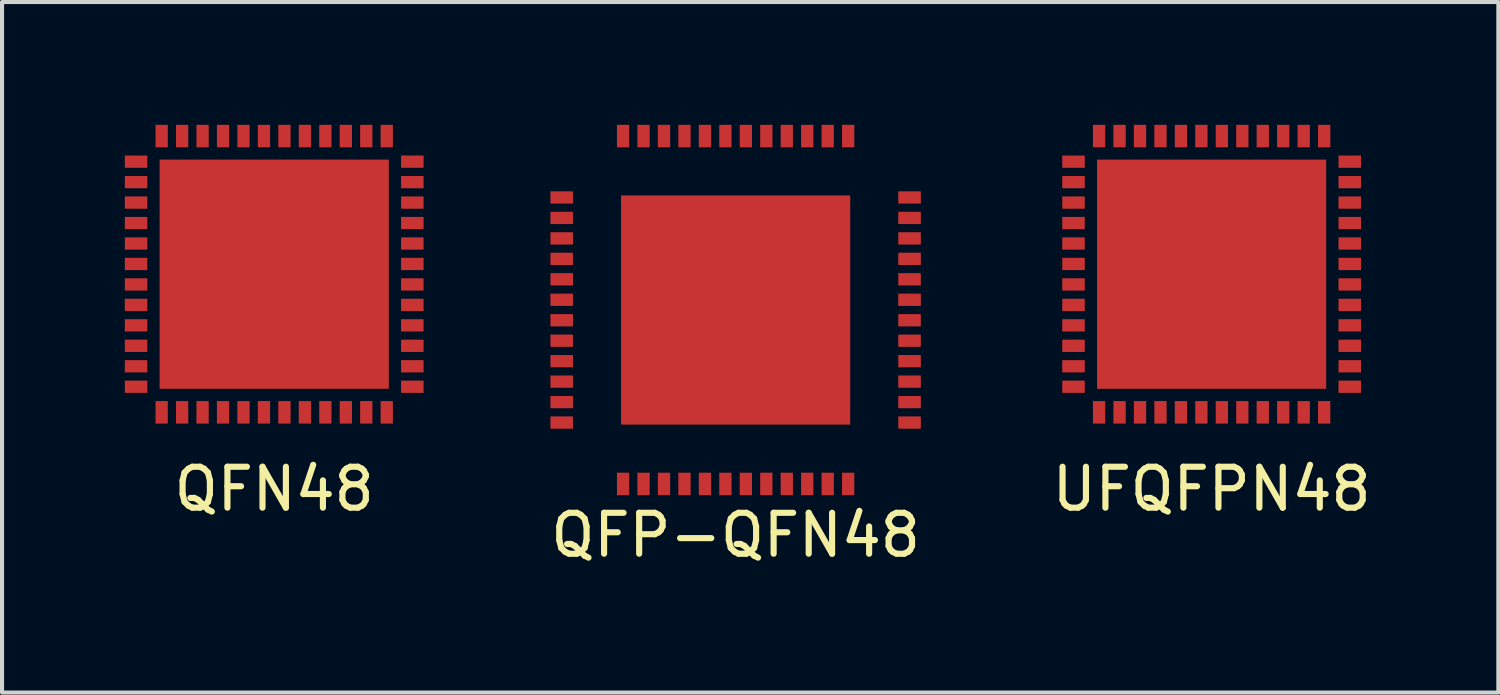
<source format=kicad_pcb>
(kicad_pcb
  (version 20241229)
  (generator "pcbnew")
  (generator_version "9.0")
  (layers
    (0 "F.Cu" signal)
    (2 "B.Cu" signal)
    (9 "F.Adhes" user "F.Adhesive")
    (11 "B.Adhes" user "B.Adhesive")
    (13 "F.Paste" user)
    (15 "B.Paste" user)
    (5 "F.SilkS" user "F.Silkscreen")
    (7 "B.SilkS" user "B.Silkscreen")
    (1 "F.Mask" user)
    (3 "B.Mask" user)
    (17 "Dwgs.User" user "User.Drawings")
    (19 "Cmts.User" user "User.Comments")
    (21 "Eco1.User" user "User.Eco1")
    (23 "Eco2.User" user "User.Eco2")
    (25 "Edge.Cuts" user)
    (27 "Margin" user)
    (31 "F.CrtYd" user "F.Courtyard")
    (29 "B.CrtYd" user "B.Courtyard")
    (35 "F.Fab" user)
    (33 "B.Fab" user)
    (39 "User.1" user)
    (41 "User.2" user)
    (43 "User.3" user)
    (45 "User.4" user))
  (footprint "UFQFPN48"
    (layer "F.Cu")
    (at 26.556 3.65)
    (property "Reference" "UFQFPN48" (at 0 5.25 0) (layer "F.SilkS") (effects (font (size 1 1) (thickness 0.15))))
    (attr through_hole)
    (pad "0" smd trapezoid (at 0 0) (size 5.6 5.6) (layers "F.Cu" "F.Mask" "F.Paste"))
    (pad "1" smd trapezoid (at -3.375 -2.75 90) (size 0.3 0.55) (layers "F.Cu" "F.Mask" "F.Paste"))
    (pad "2" smd trapezoid (at -3.375 -2.25 90) (size 0.3 0.55) (layers "F.Cu" "F.Mask" "F.Paste"))
    (pad "3" smd trapezoid (at -3.375 -1.75 90) (size 0.3 0.55) (layers "F.Cu" "F.Mask" "F.Paste"))
    (pad "4" smd trapezoid (at -3.375 -1.25 90) (size 0.3 0.55) (layers "F.Cu" "F.Mask" "F.Paste"))
    (pad "5" smd trapezoid (at -3.375 -0.75 90) (size 0.3 0.55) (layers "F.Cu" "F.Mask" "F.Paste"))
    (pad "6" smd trapezoid (at -3.375 -0.25 90) (size 0.3 0.55) (layers "F.Cu" "F.Mask" "F.Paste"))
    (pad "7" smd trapezoid (at -3.375 0.25 90) (size 0.3 0.55) (layers "F.Cu" "F.Mask" "F.Paste"))
    (pad "8" smd trapezoid (at -3.375 0.75 90) (size 0.3 0.55) (layers "F.Cu" "F.Mask" "F.Paste"))
    (pad "9" smd trapezoid (at -3.375 1.25 90) (size 0.3 0.55) (layers "F.Cu" "F.Mask" "F.Paste"))
    (pad "10" smd trapezoid (at -3.375 1.75 90) (size 0.3 0.55) (layers "F.Cu" "F.Mask" "F.Paste"))
    (pad "11" smd trapezoid (at -3.375 2.25 90) (size 0.3 0.55) (layers "F.Cu" "F.Mask" "F.Paste"))
    (pad "12" smd trapezoid (at -3.375 2.75 90) (size 0.3 0.55) (layers "F.Cu" "F.Mask" "F.Paste"))
    (pad "13" smd trapezoid (at -2.75 3.375) (size 0.3 0.55) (layers "F.Cu" "F.Mask" "F.Paste"))
    (pad "14" smd trapezoid (at -2.25 3.375) (size 0.3 0.55) (layers "F.Cu" "F.Mask" "F.Paste"))
    (pad "15" smd trapezoid (at -1.75 3.375) (size 0.3 0.55) (layers "F.Cu" "F.Mask" "F.Paste"))
    (pad "16" smd trapezoid (at -1.25 3.375) (size 0.3 0.55) (layers "F.Cu" "F.Mask" "F.Paste"))
    (pad "17" smd trapezoid (at -0.75 3.375) (size 0.3 0.55) (layers "F.Cu" "F.Mask" "F.Paste"))
    (pad "18" smd trapezoid (at -0.25 3.375) (size 0.3 0.55) (layers "F.Cu" "F.Mask" "F.Paste"))
    (pad "19" smd trapezoid (at 0.25 3.375) (size 0.3 0.55) (layers "F.Cu" "F.Mask" "F.Paste"))
    (pad "20" smd trapezoid (at 0.75 3.375) (size 0.3 0.55) (layers "F.Cu" "F.Mask" "F.Paste"))
    (pad "21" smd trapezoid (at 1.25 3.375) (size 0.3 0.55) (layers "F.Cu" "F.Mask" "F.Paste"))
    (pad "22" smd trapezoid (at 1.75 3.375) (size 0.3 0.55) (layers "F.Cu" "F.Mask" "F.Paste"))
    (pad "23" smd trapezoid (at 2.25 3.375) (size 0.3 0.55) (layers "F.Cu" "F.Mask" "F.Paste"))
    (pad "24" smd trapezoid (at 2.75 3.375) (size 0.3 0.55) (layers "F.Cu" "F.Mask" "F.Paste"))
    (pad "25" smd trapezoid (at 3.375 2.75 90) (size 0.3 0.55) (layers "F.Cu" "F.Mask" "F.Paste"))
    (pad "26" smd trapezoid (at 3.375 2.25 90) (size 0.3 0.55) (layers "F.Cu" "F.Mask" "F.Paste"))
    (pad "27" smd trapezoid (at 3.375 1.75 90) (size 0.3 0.55) (layers "F.Cu" "F.Mask" "F.Paste"))
    (pad "28" smd trapezoid (at 3.375 1.25 90) (size 0.3 0.55) (layers "F.Cu" "F.Mask" "F.Paste"))
    (pad "29" smd trapezoid (at 3.375 0.75 90) (size 0.3 0.55) (layers "F.Cu" "F.Mask" "F.Paste"))
    (pad "30" smd trapezoid (at 3.375 0.25 90) (size 0.3 0.55) (layers "F.Cu" "F.Mask" "F.Paste"))
    (pad "31" smd trapezoid (at 3.375 -0.25 90) (size 0.3 0.55) (layers "F.Cu" "F.Mask" "F.Paste"))
    (pad "32" smd trapezoid (at 3.375 -0.75 90) (size 0.3 0.55) (layers "F.Cu" "F.Mask" "F.Paste"))
    (pad "33" smd trapezoid (at 3.375 -1.25 90) (size 0.3 0.55) (layers "F.Cu" "F.Mask" "F.Paste"))
    (pad "34" smd trapezoid (at 3.375 -1.75 90) (size 0.3 0.55) (layers "F.Cu" "F.Mask" "F.Paste"))
    (pad "35" smd trapezoid (at 3.375 -2.25 90) (size 0.3 0.55) (layers "F.Cu" "F.Mask" "F.Paste"))
    (pad "36" smd trapezoid (at 3.375 -2.75 90) (size 0.3 0.55) (layers "F.Cu" "F.Mask" "F.Paste"))
    (pad "37" smd trapezoid (at 2.75 -3.375) (size 0.3 0.55) (layers "F.Cu" "F.Mask" "F.Paste"))
    (pad "38" smd trapezoid (at 2.25 -3.375) (size 0.3 0.55) (layers "F.Cu" "F.Mask" "F.Paste"))
    (pad "39" smd trapezoid (at 1.75 -3.375) (size 0.3 0.55) (layers "F.Cu" "F.Mask" "F.Paste"))
    (pad "40" smd trapezoid (at 1.25 -3.375) (size 0.3 0.55) (layers "F.Cu" "F.Mask" "F.Paste"))
    (pad "41" smd trapezoid (at 0.75 -3.375) (size 0.3 0.55) (layers "F.Cu" "F.Mask" "F.Paste"))
    (pad "42" smd trapezoid (at 0.25 -3.375) (size 0.3 0.55) (layers "F.Cu" "F.Mask" "F.Paste"))
    (pad "43" smd trapezoid (at -0.25 -3.375 180) (size 0.3 0.55) (layers "F.Cu" "F.Mask" "F.Paste"))
    (pad "44" smd trapezoid (at -0.75 -3.375) (size 0.3 0.55) (layers "F.Cu" "F.Mask" "F.Paste"))
    (pad "45" smd trapezoid (at -1.25 -3.375) (size 0.3 0.55) (layers "F.Cu" "F.Mask" "F.Paste"))
    (pad "46" smd trapezoid (at -1.75 -3.375) (size 0.3 0.55) (layers "F.Cu" "F.Mask" "F.Paste"))
    (pad "47" smd trapezoid (at -2.25 -3.375) (size 0.3 0.55) (layers "F.Cu" "F.Mask" "F.Paste"))
    (pad "48" smd trapezoid (at -2.75 -3.375) (size 0.3 0.55) (layers "F.Cu" "F.Mask" "F.Paste")))
  (footprint "QFN48"
    (layer "F.Cu")
    (at 3.65 3.65)
    (property "Reference" "QFN48" (at 0 5.25 0) (layer "F.SilkS") (effects (font (size 1 1) (thickness 0.15))))
    (attr through_hole)
    (pad "0" smd trapezoid (at 0 0) (size 5.6 5.6) (layers "F.Cu" "F.Mask" "F.Paste"))
    (pad "1" smd trapezoid (at -3.375 -2.75 90) (size 0.3 0.55) (layers "F.Cu" "F.Mask" "F.Paste"))
    (pad "2" smd trapezoid (at -3.375 -2.25 90) (size 0.3 0.55) (layers "F.Cu" "F.Mask" "F.Paste"))
    (pad "3" smd trapezoid (at -3.375 -1.75 90) (size 0.3 0.55) (layers "F.Cu" "F.Mask" "F.Paste"))
    (pad "4" smd trapezoid (at -3.375 -1.25 90) (size 0.3 0.55) (layers "F.Cu" "F.Mask" "F.Paste"))
    (pad "5" smd trapezoid (at -3.375 -0.75 90) (size 0.3 0.55) (layers "F.Cu" "F.Mask" "F.Paste"))
    (pad "6" smd trapezoid (at -3.375 -0.25 90) (size 0.3 0.55) (layers "F.Cu" "F.Mask" "F.Paste"))
    (pad "7" smd trapezoid (at -3.375 0.25 90) (size 0.3 0.55) (layers "F.Cu" "F.Mask" "F.Paste"))
    (pad "8" smd trapezoid (at -3.375 0.75 90) (size 0.3 0.55) (layers "F.Cu" "F.Mask" "F.Paste"))
    (pad "9" smd trapezoid (at -3.375 1.25 90) (size 0.3 0.55) (layers "F.Cu" "F.Mask" "F.Paste"))
    (pad "10" smd trapezoid (at -3.375 1.75 90) (size 0.3 0.55) (layers "F.Cu" "F.Mask" "F.Paste"))
    (pad "11" smd trapezoid (at -3.375 2.25 90) (size 0.3 0.55) (layers "F.Cu" "F.Mask" "F.Paste"))
    (pad "12" smd trapezoid (at -3.375 2.75 90) (size 0.3 0.55) (layers "F.Cu" "F.Mask" "F.Paste"))
    (pad "13" smd trapezoid (at -2.75 3.375) (size 0.3 0.55) (layers "F.Cu" "F.Mask" "F.Paste"))
    (pad "14" smd trapezoid (at -2.25 3.375) (size 0.3 0.55) (layers "F.Cu" "F.Mask" "F.Paste"))
    (pad "15" smd trapezoid (at -1.75 3.375) (size 0.3 0.55) (layers "F.Cu" "F.Mask" "F.Paste"))
    (pad "16" smd trapezoid (at -1.25 3.375) (size 0.3 0.55) (layers "F.Cu" "F.Mask" "F.Paste"))
    (pad "17" smd trapezoid (at -0.75 3.375) (size 0.3 0.55) (layers "F.Cu" "F.Mask" "F.Paste"))
    (pad "18" smd trapezoid (at -0.25 3.375) (size 0.3 0.55) (layers "F.Cu" "F.Mask" "F.Paste"))
    (pad "19" smd trapezoid (at 0.25 3.375) (size 0.3 0.55) (layers "F.Cu" "F.Mask" "F.Paste"))
    (pad "20" smd trapezoid (at 0.75 3.375) (size 0.3 0.55) (layers "F.Cu" "F.Mask" "F.Paste"))
    (pad "21" smd trapezoid (at 1.25 3.375) (size 0.3 0.55) (layers "F.Cu" "F.Mask" "F.Paste"))
    (pad "22" smd trapezoid (at 1.75 3.375) (size 0.3 0.55) (layers "F.Cu" "F.Mask" "F.Paste"))
    (pad "23" smd trapezoid (at 2.25 3.375) (size 0.3 0.55) (layers "F.Cu" "F.Mask" "F.Paste"))
    (pad "24" smd trapezoid (at 2.75 3.375) (size 0.3 0.55) (layers "F.Cu" "F.Mask" "F.Paste"))
    (pad "25" smd trapezoid (at 3.375 2.75 90) (size 0.3 0.55) (layers "F.Cu" "F.Mask" "F.Paste"))
    (pad "26" smd trapezoid (at 3.375 2.25 90) (size 0.3 0.55) (layers "F.Cu" "F.Mask" "F.Paste"))
    (pad "27" smd trapezoid (at 3.375 1.75 90) (size 0.3 0.55) (layers "F.Cu" "F.Mask" "F.Paste"))
    (pad "28" smd trapezoid (at 3.375 1.25 90) (size 0.3 0.55) (layers "F.Cu" "F.Mask" "F.Paste"))
    (pad "29" smd trapezoid (at 3.375 0.75 90) (size 0.3 0.55) (layers "F.Cu" "F.Mask" "F.Paste"))
    (pad "30" smd trapezoid (at 3.375 0.25 90) (size 0.3 0.55) (layers "F.Cu" "F.Mask" "F.Paste"))
    (pad "31" smd trapezoid (at 3.375 -0.25 90) (size 0.3 0.55) (layers "F.Cu" "F.Mask" "F.Paste"))
    (pad "32" smd trapezoid (at 3.375 -0.75 90) (size 0.3 0.55) (layers "F.Cu" "F.Mask" "F.Paste"))
    (pad "33" smd trapezoid (at 3.375 -1.25 90) (size 0.3 0.55) (layers "F.Cu" "F.Mask" "F.Paste"))
    (pad "34" smd trapezoid (at 3.375 -1.75 90) (size 0.3 0.55) (layers "F.Cu" "F.Mask" "F.Paste"))
    (pad "35" smd trapezoid (at 3.375 -2.25 90) (size 0.3 0.55) (layers "F.Cu" "F.Mask" "F.Paste"))
    (pad "36" smd trapezoid (at 3.375 -2.75 90) (size 0.3 0.55) (layers "F.Cu" "F.Mask" "F.Paste"))
    (pad "37" smd trapezoid (at 2.75 -3.375) (size 0.3 0.55) (layers "F.Cu" "F.Mask" "F.Paste"))
    (pad "38" smd trapezoid (at 2.25 -3.375) (size 0.3 0.55) (layers "F.Cu" "F.Mask" "F.Paste"))
    (pad "39" smd trapezoid (at 1.75 -3.375) (size 0.3 0.55) (layers "F.Cu" "F.Mask" "F.Paste"))
    (pad "40" smd trapezoid (at 1.25 -3.375) (size 0.3 0.55) (layers "F.Cu" "F.Mask" "F.Paste"))
    (pad "41" smd trapezoid (at 0.75 -3.375) (size 0.3 0.55) (layers "F.Cu" "F.Mask" "F.Paste"))
    (pad "42" smd trapezoid (at 0.25 -3.375) (size 0.3 0.55) (layers "F.Cu" "F.Mask" "F.Paste"))
    (pad "43" smd trapezoid (at -0.25 -3.375 180) (size 0.3 0.55) (layers "F.Cu" "F.Mask" "F.Paste"))
    (pad "44" smd trapezoid (at -0.75 -3.375) (size 0.3 0.55) (layers "F.Cu" "F.Mask" "F.Paste"))
    (pad "45" smd trapezoid (at -1.25 -3.375) (size 0.3 0.55) (layers "F.Cu" "F.Mask" "F.Paste"))
    (pad "46" smd trapezoid (at -1.75 -3.375) (size 0.3 0.55) (layers "F.Cu" "F.Mask" "F.Paste"))
    (pad "47" smd trapezoid (at -2.25 -3.375) (size 0.3 0.55) (layers "F.Cu" "F.Mask" "F.Paste"))
    (pad "48" smd trapezoid (at -2.75 -3.375) (size 0.3 0.55) (layers "F.Cu" "F.Mask" "F.Paste")))
  (footprint "QFP-QFN48"
    (layer "F.Cu")
    (at 14.925 4.525)
    (property "Reference" "QFP-QFN48" (at 0 5.5 0) (layer "F.SilkS") (effects (font (size 1 1) (thickness 0.15))))
    (attr through_hole)
    (pad "0" smd trapezoid (at 0 0) (size 5.6 5.6) (layers "F.Cu" "F.Mask" "F.Paste"))
    (pad "1" smd trapezoid (at -4.25 -2.75 90) (size 0.3 0.55) (layers "F.Cu" "F.Mask" "F.Paste"))
    (pad "2" smd trapezoid (at -4.25 -2.25 90) (size 0.3 0.55) (layers "F.Cu" "F.Mask" "F.Paste"))
    (pad "3" smd trapezoid (at -4.25 -1.75 90) (size 0.3 0.55) (layers "F.Cu" "F.Mask" "F.Paste"))
    (pad "4" smd trapezoid (at -4.25 -1.25 90) (size 0.3 0.55) (layers "F.Cu" "F.Mask" "F.Paste"))
    (pad "5" smd trapezoid (at -4.25 -0.75 90) (size 0.3 0.55) (layers "F.Cu" "F.Mask" "F.Paste"))
    (pad "6" smd trapezoid (at -4.25 -0.25 90) (size 0.3 0.55) (layers "F.Cu" "F.Mask" "F.Paste"))
    (pad "7" smd trapezoid (at -4.25 0.25 90) (size 0.3 0.55) (layers "F.Cu" "F.Mask" "F.Paste"))
    (pad "8" smd trapezoid (at -4.25 0.75 90) (size 0.3 0.55) (layers "F.Cu" "F.Mask" "F.Paste"))
    (pad "9" smd trapezoid (at -4.25 1.25 90) (size 0.3 0.55) (layers "F.Cu" "F.Mask" "F.Paste"))
    (pad "10" smd trapezoid (at -4.25 1.75 90) (size 0.3 0.55) (layers "F.Cu" "F.Mask" "F.Paste"))
    (pad "11" smd trapezoid (at -4.25 2.25 90) (size 0.3 0.55) (layers "F.Cu" "F.Mask" "F.Paste"))
    (pad "12" smd trapezoid (at -4.25 2.75 90) (size 0.3 0.55) (layers "F.Cu" "F.Mask" "F.Paste"))
    (pad "13" smd trapezoid (at -2.75 4.25) (size 0.3 0.55) (layers "F.Cu" "F.Mask" "F.Paste"))
    (pad "14" smd trapezoid (at -2.25 4.25) (size 0.3 0.55) (layers "F.Cu" "F.Mask" "F.Paste"))
    (pad "15" smd trapezoid (at -1.75 4.25) (size 0.3 0.55) (layers "F.Cu" "F.Mask" "F.Paste"))
    (pad "16" smd trapezoid (at -1.25 4.25) (size 0.3 0.55) (layers "F.Cu" "F.Mask" "F.Paste"))
    (pad "17" smd trapezoid (at -0.75 4.25) (size 0.3 0.55) (layers "F.Cu" "F.Mask" "F.Paste"))
    (pad "18" smd trapezoid (at -0.25 4.25) (size 0.3 0.55) (layers "F.Cu" "F.Mask" "F.Paste"))
    (pad "19" smd trapezoid (at 0.25 4.25) (size 0.3 0.55) (layers "F.Cu" "F.Mask" "F.Paste"))
    (pad "20" smd trapezoid (at 0.75 4.25) (size 0.3 0.55) (layers "F.Cu" "F.Mask" "F.Paste"))
    (pad "21" smd trapezoid (at 1.25 4.25) (size 0.3 0.55) (layers "F.Cu" "F.Mask" "F.Paste"))
    (pad "22" smd trapezoid (at 1.75 4.25) (size 0.3 0.55) (layers "F.Cu" "F.Mask" "F.Paste"))
    (pad "23" smd trapezoid (at 2.25 4.25) (size 0.3 0.55) (layers "F.Cu" "F.Mask" "F.Paste"))
    (pad "24" smd trapezoid (at 2.75 4.25) (size 0.3 0.55) (layers "F.Cu" "F.Mask" "F.Paste"))
    (pad "25" smd trapezoid (at 4.25 2.75 90) (size 0.3 0.55) (layers "F.Cu" "F.Mask" "F.Paste"))
    (pad "26" smd trapezoid (at 4.25 2.25 90) (size 0.3 0.55) (layers "F.Cu" "F.Mask" "F.Paste"))
    (pad "27" smd trapezoid (at 4.25 1.75 90) (size 0.3 0.55) (layers "F.Cu" "F.Mask" "F.Paste"))
    (pad "28" smd trapezoid (at 4.25 1.25 90) (size 0.3 0.55) (layers "F.Cu" "F.Mask" "F.Paste"))
    (pad "29" smd trapezoid (at 4.25 0.75 90) (size 0.3 0.55) (layers "F.Cu" "F.Mask" "F.Paste"))
    (pad "30" smd trapezoid (at 4.25 0.25 90) (size 0.3 0.55) (layers "F.Cu" "F.Mask" "F.Paste"))
    (pad "31" smd trapezoid (at 4.25 -0.25 90) (size 0.3 0.55) (layers "F.Cu" "F.Mask" "F.Paste"))
    (pad "32" smd trapezoid (at 4.25 -0.75 90) (size 0.3 0.55) (layers "F.Cu" "F.Mask" "F.Paste"))
    (pad "33" smd trapezoid (at 4.25 -1.25 90) (size 0.3 0.55) (layers "F.Cu" "F.Mask" "F.Paste"))
    (pad "34" smd trapezoid (at 4.25 -1.75 90) (size 0.3 0.55) (layers "F.Cu" "F.Mask" "F.Paste"))
    (pad "35" smd trapezoid (at 4.25 -2.25 90) (size 0.3 0.55) (layers "F.Cu" "F.Mask" "F.Paste"))
    (pad "36" smd trapezoid (at 4.25 -2.75 90) (size 0.3 0.55) (layers "F.Cu" "F.Mask" "F.Paste"))
    (pad "37" smd trapezoid (at 2.75 -4.25) (size 0.3 0.55) (layers "F.Cu" "F.Mask" "F.Paste"))
    (pad "38" smd trapezoid (at 2.25 -4.25) (size 0.3 0.55) (layers "F.Cu" "F.Mask" "F.Paste"))
    (pad "39" smd trapezoid (at 1.75 -4.25) (size 0.3 0.55) (layers "F.Cu" "F.Mask" "F.Paste"))
    (pad "40" smd trapezoid (at 1.25 -4.25) (size 0.3 0.55) (layers "F.Cu" "F.Mask" "F.Paste"))
    (pad "41" smd trapezoid (at 0.75 -4.25) (size 0.3 0.55) (layers "F.Cu" "F.Mask" "F.Paste"))
    (pad "42" smd trapezoid (at 0.25 -4.25) (size 0.3 0.55) (layers "F.Cu" "F.Mask" "F.Paste"))
    (pad "43" smd trapezoid (at -0.25 -4.25 180) (size 0.3 0.55) (layers "F.Cu" "F.Mask" "F.Paste"))
    (pad "44" smd trapezoid (at -0.75 -4.25) (size 0.3 0.55) (layers "F.Cu" "F.Mask" "F.Paste"))
    (pad "45" smd trapezoid (at -1.25 -4.25) (size 0.3 0.55) (layers "F.Cu" "F.Mask" "F.Paste"))
    (pad "46" smd trapezoid (at -1.75 -4.25) (size 0.3 0.55) (layers "F.Cu" "F.Mask" "F.Paste"))
    (pad "47" smd trapezoid (at -2.25 -4.25) (size 0.3 0.55) (layers "F.Cu" "F.Mask" "F.Paste"))
    (pad "48" smd trapezoid (at -2.75 -4.25) (size 0.3 0.55) (layers "F.Cu" "F.Mask" "F.Paste")))
  (gr_rect
    (start -3 -3)
    (end 33.562 13.873)
    (stroke (width 0.1) (type default))
    (fill no)
    (layer "Edge.Cuts")))
</source>
